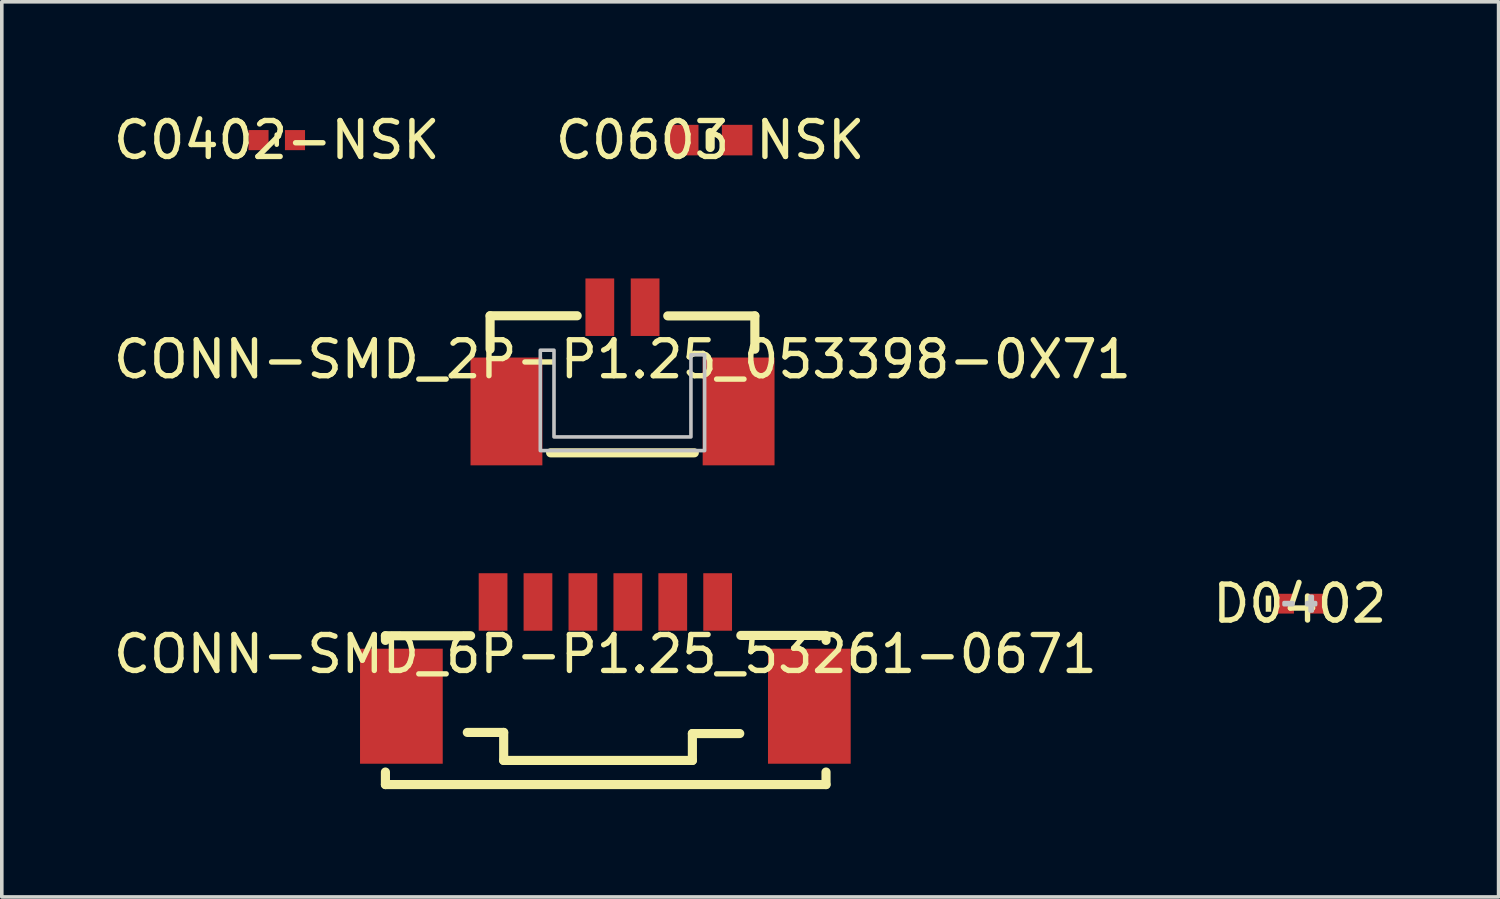
<source format=kicad_pcb>
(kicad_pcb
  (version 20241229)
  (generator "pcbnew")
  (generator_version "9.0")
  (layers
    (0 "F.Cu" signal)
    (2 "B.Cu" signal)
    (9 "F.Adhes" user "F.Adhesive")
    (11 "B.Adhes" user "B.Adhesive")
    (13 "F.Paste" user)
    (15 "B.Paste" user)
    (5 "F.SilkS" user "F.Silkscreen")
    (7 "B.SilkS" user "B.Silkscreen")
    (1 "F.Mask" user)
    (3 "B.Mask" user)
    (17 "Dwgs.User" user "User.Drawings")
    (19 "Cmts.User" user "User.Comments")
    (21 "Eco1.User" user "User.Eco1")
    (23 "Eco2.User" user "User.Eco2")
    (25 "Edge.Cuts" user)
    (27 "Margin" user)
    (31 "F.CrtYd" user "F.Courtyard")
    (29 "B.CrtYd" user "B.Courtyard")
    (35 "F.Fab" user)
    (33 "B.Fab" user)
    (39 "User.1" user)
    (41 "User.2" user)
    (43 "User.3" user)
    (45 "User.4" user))
  (footprint "D0402"
    (layer "F.Cu")
    (at 33.113 13.745)
    (property "Reference" "D0402" (at 0 0 0) (layer "F.SilkS") (effects (font (size 1 1) (thickness 0.15))))
    (fp_poly (pts (xy -0.796 0.225) (xy -0.796 -0.225) (xy -0.949 -0.225) (xy -0.949 0.225)) (stroke (width 0) (type default)) (fill yes) (layer "F.SilkS"))
    (fp_poly (pts (xy -0.147 -0.234) (xy -0.147 0.234) (xy -0.189 0.276) (xy -0.628 0.276) (xy -0.669 0.234) (xy -0.669 -0.234) (xy -0.628 -0.276) (xy -0.189 -0.276)) (stroke (width 0) (type default)) (fill yes) (layer "F.Paste"))
    (fp_poly (pts (xy 0.147 -0.234) (xy 0.147 0.234) (xy 0.189 0.276) (xy 0.628 0.276) (xy 0.669 0.234) (xy 0.669 -0.234) (xy 0.628 -0.276) (xy 0.189 -0.276)) (stroke (width 0) (type default)) (fill yes) (layer "F.Paste"))
    (fp_poly (pts (xy -0.439 0.03) (xy -0.439 -0.03) (xy -0.194 -0.03) (xy -0.194 0.03)) (stroke (width 0.1) (type default)) (fill no) (layer "Dwgs.User"))
    (fp_poly (pts (xy 0.347 0.204) (xy 0.347 -0.204) (xy 0.286 -0.204) (xy 0.286 0.204)) (stroke (width 0.1) (type default)) (fill no) (layer "Dwgs.User"))
    (fp_poly (pts (xy 0.439 0.03) (xy 0.439 -0.03) (xy 0.194 -0.03) (xy 0.194 0.03)) (stroke (width 0.1) (type default)) (fill no) (layer "Dwgs.User"))
    (fp_poly (pts (xy -0.5 0.255) (xy -0.5 -0.255) (xy -0.26 -0.255) (xy -0.26 0.255)) (stroke (width 0.1) (type default)) (fill no) (layer "User.1"))
    (fp_poly (pts (xy 0.5 0.255) (xy 0.5 -0.255) (xy 0.26 -0.255) (xy 0.26 0.255)) (stroke (width 0.1) (type default)) (fill no) (layer "User.1"))
    (fp_line (start -0.5 -0.255) (end 0.5 -0.255) (stroke (width 0.051) (type default)) (layer "User.2"))
    (fp_line (start -0.5 0.255) (end -0.5 -0.255) (stroke (width 0.051) (type default)) (layer "User.2"))
    (fp_line (start 0.5 -0.255) (end 0.5 0.255) (stroke (width 0.051) (type default)) (layer "User.2"))
    (fp_line (start 0.5 0.255) (end -0.5 0.255) (stroke (width 0.051) (type default)) (layer "User.2"))
    (fp_poly (pts (xy -0.44 0.255) (xy -0.458 0.213) (xy -0.5 0.195) (xy -0.542 0.213) (xy -0.56 0.255) (xy -0.542 0.297) (xy -0.5 0.315) (xy -0.458 0.297)) (stroke (width 0.1) (type default)) (fill no) (layer "User.3"))
    (pad "1" smd rect (at -0.416 0) (size 0.505 0.551) (layers "F.Cu" "F.Mask" "F.Paste"))
    (pad "2" smd rect (at 0.416 0) (size 0.505 0.551) (layers "F.Cu" "F.Mask" "F.Paste")))
  (footprint "C0603 NSK"
    (layer "F.Cu")
    (at 16.708 0.848)
    (property "Reference" "C0603 NSK" (at 0 0 0) (layer "F.SilkS") (effects (font (size 1 1) (thickness 0.15))))
    (fp_line (start 0 -0.21) (end 0 0.205) (stroke (width 0.254) (type default)) (layer "F.SilkS"))
    (fp_poly (pts (xy -0.8 0.4) (xy -0.8 -0.4) (xy -0.5 -0.4) (xy -0.5 0.4)) (stroke (width 0.1) (type default)) (fill no) (layer "User.1"))
    (fp_poly (pts (xy 0.8 0.4) (xy 0.8 -0.4) (xy 0.5 -0.4) (xy 0.5 0.4)) (stroke (width 0.1) (type default)) (fill no) (layer "User.1"))
    (fp_line (start -0.8 -0.4) (end 0.8 -0.4) (stroke (width 0.051) (type default)) (layer "User.2"))
    (fp_line (start -0.8 0.4) (end -0.8 -0.4) (stroke (width 0.051) (type default)) (layer "User.2"))
    (fp_line (start 0.8 -0.4) (end 0.8 0.4) (stroke (width 0.051) (type default)) (layer "User.2"))
    (fp_line (start 0.8 0.4) (end -0.8 0.4) (stroke (width 0.051) (type default)) (layer "User.2"))
    (fp_poly (pts (xy -0.74 0.4) (xy -0.758 0.358) (xy -0.8 0.34) (xy -0.842 0.358) (xy -0.86 0.4) (xy -0.842 0.442) (xy -0.8 0.46) (xy -0.758 0.442)) (stroke (width 0.1) (type default)) (fill no) (layer "User.3"))
    (pad "1" smd rect (at -0.75 0) (size 0.85 0.85) (layers "F.Cu" "F.Mask" "F.Paste"))
    (pad "2" smd rect (at 0.75 0) (size 0.85 0.85) (layers "F.Cu" "F.Mask" "F.Paste")))
  (footprint "CONN-SMD_2P-P1.25_053398-0X71"
    (layer "F.Cu")
    (at 14.268 6.947)
    (property "Reference" "CONN-SMD_2P-P1.25_053398-0X71" (at 0 0 0) (layer "F.SilkS") (effects (font (size 1 1) (thickness 0.15))))
    (fp_line (start -3.683 -1.212) (end -3.683 -0.282) (stroke (width 0.254) (type default)) (layer "F.SilkS"))
    (fp_line (start -1.999 2.601) (end 1.999 2.601) (stroke (width 0.254) (type default)) (layer "F.SilkS"))
    (fp_line (start -1.26 -1.212) (end -3.683 -1.212) (stroke (width 0.254) (type default)) (layer "F.SilkS"))
    (fp_line (start 3.683 -1.209) (end 1.26 -1.209) (stroke (width 0.254) (type default)) (layer "F.SilkS"))
    (fp_line (start 3.683 -0.282) (end 3.683 -1.209) (stroke (width 0.254) (type default)) (layer "F.SilkS"))
    (fp_poly (pts (xy -2.286 -0.254) (xy -1.905 -0.254) (xy -1.905 2.159) (xy 1.905 2.159) (xy 1.905 -0.127) (xy 2.286 -0.127) (xy 2.286 2.54) (xy -2.286 2.54)) (stroke (width 0.1) (type default)) (fill no) (layer "Dwgs.User"))
    (fp_poly (pts (xy -2.324 0.35) (xy -2.324 2.55) (xy -3.825 2.55) (xy -3.825 0.35)) (stroke (width 0.1) (type default)) (fill no) (layer "User.1"))
    (fp_poly (pts (xy -0.47 -1.646) (xy -0.47 -0.996) (xy -0.79 -0.996) (xy -0.79 -1.646)) (stroke (width 0.1) (type default)) (fill no) (layer "User.1"))
    (fp_poly (pts (xy 0.79 -1.646) (xy 0.79 -0.996) (xy 0.47 -0.996) (xy 0.47 -1.646)) (stroke (width 0.1) (type default)) (fill no) (layer "User.1"))
    (fp_poly (pts (xy 3.825 0.35) (xy 3.825 2.55) (xy 2.324 2.55) (xy 2.324 0.35)) (stroke (width 0.1) (type default)) (fill no) (layer "User.1"))
    (fp_line (start -3.624 -1.145) (end 3.624 -1.145) (stroke (width 0.051) (type default)) (layer "User.2"))
    (fp_line (start -3.624 2.555) (end -3.624 -1.145) (stroke (width 0.051) (type default)) (layer "User.2"))
    (fp_line (start 3.624 -1.145) (end 3.624 2.555) (stroke (width 0.051) (type default)) (layer "User.2"))
    (fp_line (start 3.624 2.555) (end -3.624 2.555) (stroke (width 0.051) (type default)) (layer "User.2"))
    (fp_poly (pts (xy -3.764 -1.646) (xy -3.782 -1.689) (xy -3.825 -1.707) (xy -3.868 -1.689) (xy -3.886 -1.646) (xy -3.868 -1.603) (xy -3.825 -1.585) (xy -3.782 -1.603)) (stroke (width 0.1) (type default)) (fill no) (layer "User.3"))
    (pad "1" smd rect (at -0.63 -1.45 90) (size 1.6 0.8) (layers "F.Cu" "F.Mask" "F.Paste"))
    (pad "2" smd rect (at 0.63 -1.45 90) (size 1.6 0.8) (layers "F.Cu" "F.Mask" "F.Paste"))
    (pad "3" smd rect (at 3.231 1.45 90) (size 2.999 1.999) (layers "F.Cu" "F.Mask" "F.Paste"))
    (pad "4" smd rect (at -3.228 1.45 90) (size 2.999 1.999) (layers "F.Cu" "F.Mask" "F.Paste")))
  (footprint "CONN-SMD_6P-P1.25_53261-0671"
    (layer "F.Cu")
    (at 13.792 15.148)
    (property "Reference" "CONN-SMD_6P-P1.25_53261-0671" (at 0 0 0) (layer "F.SilkS") (effects (font (size 1 1) (thickness 0.15))))
    (fp_line (start -6.119 -0.51) (end -6.119 -0.381) (stroke (width 0.254) (type default)) (layer "F.SilkS"))
    (fp_line (start -6.119 -0.51) (end -3.749 -0.51) (stroke (width 0.254) (type default)) (layer "F.SilkS"))
    (fp_line (start -6.119 3.281) (end -6.119 3.63) (stroke (width 0.254) (type default)) (layer "F.SilkS"))
    (fp_line (start -6.119 3.63) (end 6.139 3.63) (stroke (width 0.254) (type default)) (layer "F.SilkS"))
    (fp_line (start -3.841 2.179) (end -2.829 2.179) (stroke (width 0.254) (type default)) (layer "F.SilkS"))
    (fp_line (start -2.829 2.179) (end -2.829 2.959) (stroke (width 0.254) (type default)) (layer "F.SilkS"))
    (fp_line (start -2.829 2.959) (end 2.421 2.959) (stroke (width 0.254) (type default)) (layer "F.SilkS"))
    (fp_line (start 2.421 2.21) (end 3.739 2.21) (stroke (width 0.254) (type default)) (layer "F.SilkS"))
    (fp_line (start 2.421 2.959) (end 2.421 2.21) (stroke (width 0.254) (type default)) (layer "F.SilkS"))
    (fp_line (start 3.769 -0.52) (end 6.111 -0.52) (stroke (width 0.254) (type default)) (layer "F.SilkS"))
    (fp_line (start 6.139 -0.381) (end 6.139 -0.52) (stroke (width 0.254) (type default)) (layer "F.SilkS"))
    (fp_line (start 6.139 3.63) (end 6.139 3.281) (stroke (width 0.254) (type default)) (layer "F.SilkS"))
    (fp_poly (pts (xy -4.844 0.485) (xy -4.844 2.685) (xy -6.324 2.685) (xy -6.324 0.485)) (stroke (width 0.1) (type default)) (fill no) (layer "User.1"))
    (fp_poly (pts (xy -2.964 -1.562) (xy -2.964 -1.113) (xy -3.284 -1.113) (xy -3.284 -1.562)) (stroke (width 0.1) (type default)) (fill no) (layer "User.1"))
    (fp_poly (pts (xy -2.964 -1.138) (xy -2.964 -0.5) (xy -3.284 -0.5) (xy -3.284 -1.138)) (stroke (width 0.1) (type default)) (fill no) (layer "User.1"))
    (fp_poly (pts (xy -1.714 -1.562) (xy -1.714 -1.113) (xy -2.034 -1.113) (xy -2.034 -1.562)) (stroke (width 0.1) (type default)) (fill no) (layer "User.1"))
    (fp_poly (pts (xy -1.714 -1.138) (xy -1.714 -0.5) (xy -2.034 -0.5) (xy -2.034 -1.138)) (stroke (width 0.1) (type default)) (fill no) (layer "User.1"))
    (fp_poly (pts (xy -0.465 -1.562) (xy -0.465 -1.113) (xy -0.785 -1.113) (xy -0.785 -1.562)) (stroke (width 0.1) (type default)) (fill no) (layer "User.1"))
    (fp_poly (pts (xy -0.465 -1.138) (xy -0.465 -0.5) (xy -0.785 -0.5) (xy -0.785 -1.138)) (stroke (width 0.1) (type default)) (fill no) (layer "User.1"))
    (fp_poly (pts (xy 0.785 -1.562) (xy 0.785 -1.113) (xy 0.465 -1.113) (xy 0.465 -1.562)) (stroke (width 0.1) (type default)) (fill no) (layer "User.1"))
    (fp_poly (pts (xy 0.785 -1.138) (xy 0.785 -0.5) (xy 0.465 -0.5) (xy 0.465 -1.138)) (stroke (width 0.1) (type default)) (fill no) (layer "User.1"))
    (fp_poly (pts (xy 2.034 -1.562) (xy 2.034 -1.113) (xy 1.714 -1.113) (xy 1.714 -1.562)) (stroke (width 0.1) (type default)) (fill no) (layer "User.1"))
    (fp_poly (pts (xy 2.034 -1.138) (xy 2.034 -0.5) (xy 1.714 -0.5) (xy 1.714 -1.138)) (stroke (width 0.1) (type default)) (fill no) (layer "User.1"))
    (fp_poly (pts (xy 3.284 -1.562) (xy 3.284 -1.113) (xy 2.964 -1.113) (xy 2.964 -1.562)) (stroke (width 0.1) (type default)) (fill no) (layer "User.1"))
    (fp_poly (pts (xy 3.284 -1.138) (xy 3.284 -0.5) (xy 2.964 -0.5) (xy 2.964 -1.138)) (stroke (width 0.1) (type default)) (fill no) (layer "User.1"))
    (fp_poly (pts (xy 6.324 0.485) (xy 6.324 2.685) (xy 4.844 2.685) (xy 4.844 0.485)) (stroke (width 0.1) (type default)) (fill no) (layer "User.1"))
    (fp_line (start -6.124 -0.515) (end 6.124 -0.515) (stroke (width 0.051) (type default)) (layer "User.2"))
    (fp_line (start -6.124 3.241) (end -6.124 -0.515) (stroke (width 0.051) (type default)) (layer "User.2"))
    (fp_line (start -4.574 3.241) (end -6.124 3.241) (stroke (width 0.051) (type default)) (layer "User.2"))
    (fp_line (start -4.574 3.64) (end -4.574 3.241) (stroke (width 0.051) (type default)) (layer "User.2"))
    (fp_line (start 4.676 3.241) (end 4.676 3.64) (stroke (width 0.051) (type default)) (layer "User.2"))
    (fp_line (start 4.676 3.64) (end -4.574 3.64) (stroke (width 0.051) (type default)) (layer "User.2"))
    (fp_line (start 6.124 -0.515) (end 6.124 3.241) (stroke (width 0.051) (type default)) (layer "User.2"))
    (fp_line (start 6.124 3.241) (end 4.676 3.241) (stroke (width 0.051) (type default)) (layer "User.2"))
    (fp_poly (pts (xy 6.386 -1.562) (xy 6.368 -1.605) (xy 6.324 -1.623) (xy 6.281 -1.605) (xy 6.263 -1.562) (xy 6.281 -1.519) (xy 6.324 -1.501) (xy 6.368 -1.519)) (stroke (width 0.1) (type default)) (fill no) (layer "User.3"))
    (pad "1" smd rect (at 3.124 -1.45 90) (size 1.6 0.8) (layers "F.Cu" "F.Mask" "F.Paste"))
    (pad "2" smd rect (at 1.875 -1.45 90) (size 1.6 0.8) (layers "F.Cu" "F.Mask" "F.Paste"))
    (pad "3" smd rect (at 0.625 -1.45 90) (size 1.6 0.8) (layers "F.Cu" "F.Mask" "F.Paste"))
    (pad "4" smd rect (at -0.625 -1.45 90) (size 1.6 0.8) (layers "F.Cu" "F.Mask" "F.Paste"))
    (pad "5" smd rect (at -1.875 -1.45 90) (size 1.6 0.8) (layers "F.Cu" "F.Mask" "F.Paste"))
    (pad "6" smd rect (at -3.124 -1.45 90) (size 1.6 0.8) (layers "F.Cu" "F.Mask" "F.Paste"))
    (pad "7" smd rect (at -5.675 1.45 90) (size 3.2 2.301) (layers "F.Cu" "F.Mask" "F.Paste"))
    (pad "8" smd rect (at 5.675 1.45 90) (size 3.2 2.301) (layers "F.Cu" "F.Mask" "F.Paste")))
  (footprint "C0402-NSK"
    (layer "F.Cu")
    (at 4.649 0.848)
    (property "Reference" "C0402-NSK" (at 0 0 0) (layer "F.SilkS") (effects (font (size 1 1) (thickness 0.15))))
    (fp_line (start 0 -0.152) (end 0 0.127) (stroke (width 0.127) (type default)) (layer "F.SilkS"))
    (fp_poly (pts (xy -0.525 0.24) (xy -0.525 -0.26) (xy -0.275 -0.26) (xy -0.275 0.24)) (stroke (width 0.1) (type default)) (fill no) (layer "User.1"))
    (fp_poly (pts (xy 0.475 0.24) (xy 0.475 -0.26) (xy 0.225 -0.26) (xy 0.225 0.24)) (stroke (width 0.1) (type default)) (fill no) (layer "User.1"))
    (fp_line (start -0.525 -0.26) (end 0.475 -0.26) (stroke (width 0.051) (type default)) (layer "User.2"))
    (fp_line (start -0.525 0.24) (end -0.525 -0.26) (stroke (width 0.051) (type default)) (layer "User.2"))
    (fp_line (start -0.508 -0.246) (end 0.492 -0.246) (stroke (width 0.051) (type default)) (layer "User.2"))
    (fp_line (start -0.508 0.254) (end -0.508 -0.246) (stroke (width 0.051) (type default)) (layer "User.2"))
    (fp_line (start 0.475 -0.26) (end 0.475 0.24) (stroke (width 0.051) (type default)) (layer "User.2"))
    (fp_line (start 0.475 0.24) (end -0.525 0.24) (stroke (width 0.051) (type default)) (layer "User.2"))
    (fp_line (start 0.492 -0.246) (end 0.492 0.254) (stroke (width 0.051) (type default)) (layer "User.2"))
    (fp_line (start 0.492 0.254) (end -0.508 0.254) (stroke (width 0.051) (type default)) (layer "User.2"))
    (fp_poly (pts (xy -0.465 0.24) (xy -0.483 0.198) (xy -0.525 0.18) (xy -0.567 0.198) (xy -0.585 0.24) (xy -0.567 0.283) (xy -0.525 0.3) (xy -0.483 0.283)) (stroke (width 0.1) (type default)) (fill no) (layer "User.3"))
    (pad "1" smd rect (at -0.507 0) (size 0.559 0.559) (layers "F.Cu" "F.Mask" "F.Paste"))
    (pad "2" smd rect (at 0.508 0) (size 0.559 0.559) (layers "F.Cu" "F.Mask" "F.Paste")))
  (gr_rect
    (start -3 -3)
    (end 38.643 21.904)
    (stroke (width 0.1) (type default))
    (fill no)
    (layer "Edge.Cuts")))
</source>
